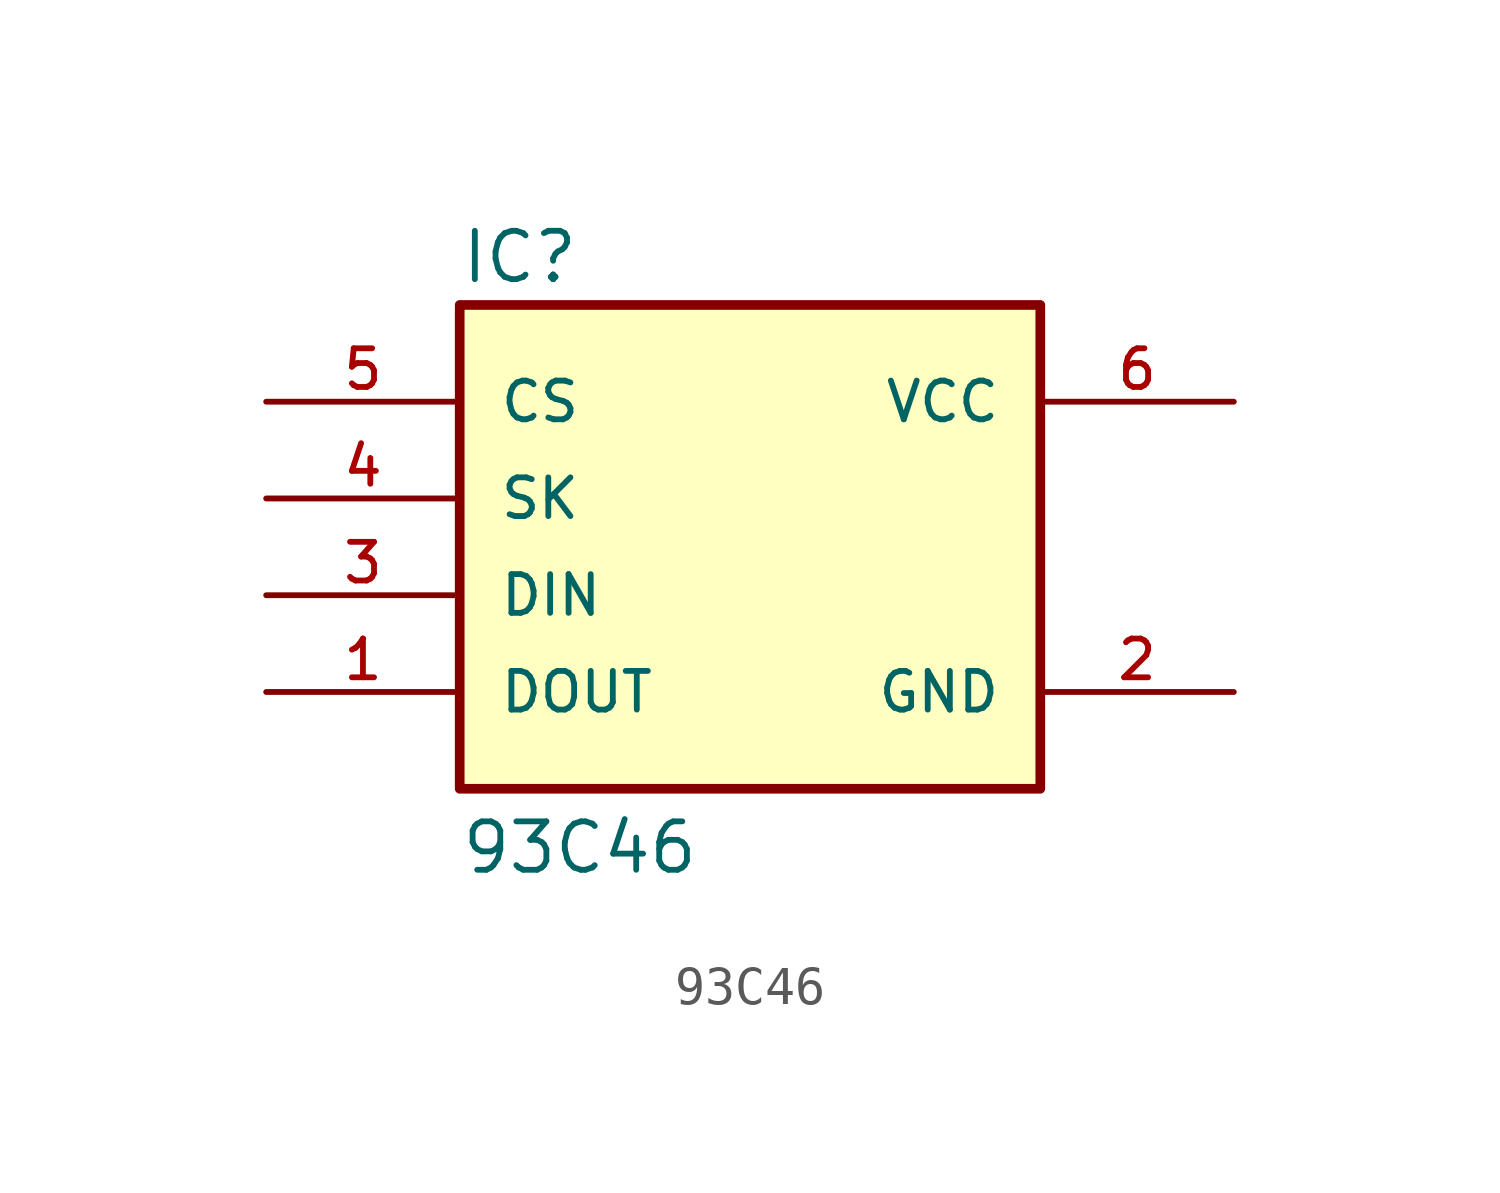
<source format=kicad_sym>
(kicad_symbol_lib
  (version 20211014)
  (generator kicad_symbol_editor)
  (symbol "93C46"
    (pin_names
      (offset 1.016))
    (property "Reference" "IC"
      (at -7.626 5.593 0)
      (effects (font (size 1.27 1.27)) (justify bottom left)))
    (property "Value" "93C46"
      (at -7.623 -9.91 0)
      (effects (font (size 1.27 1.27)) (justify bottom left)))
    (symbol "93C46_0_0"
      (rectangle (start -7.62 -7.62) (end 7.62 5.08) (stroke (width 0.254)) (fill (type background)))
      (pin input line (at -12.7 2.54 0) (length 5.08) (name "CS" (effects (font (size 1.016 1.016)))) (number "5" (effects (font (size 1.016 1.016)))))
      (pin input line (at -12.7 0.0 0) (length 5.08) (name "SK" (effects (font (size 1.016 1.016)))) (number "4" (effects (font (size 1.016 1.016)))))
      (pin input line (at -12.7 -2.54 0) (length 5.08) (name "DIN" (effects (font (size 1.016 1.016)))) (number "3" (effects (font (size 1.016 1.016)))))
      (pin bidirectional line (at -12.7 -5.08 0) (length 5.08) (name "DOUT" (effects (font (size 1.016 1.016)))) (number "1" (effects (font (size 1.016 1.016)))))
      (pin input line (at 12.7 2.54 180.0) (length 5.08) (name "VCC" (effects (font (size 1.016 1.016)))) (number "6" (effects (font (size 1.016 1.016)))))
      (pin input line (at 12.7 -5.08 180.0) (length 5.08) (name "GND" (effects (font (size 1.016 1.016)))) (number "2" (effects (font (size 1.016 1.016))))))))
</source>
